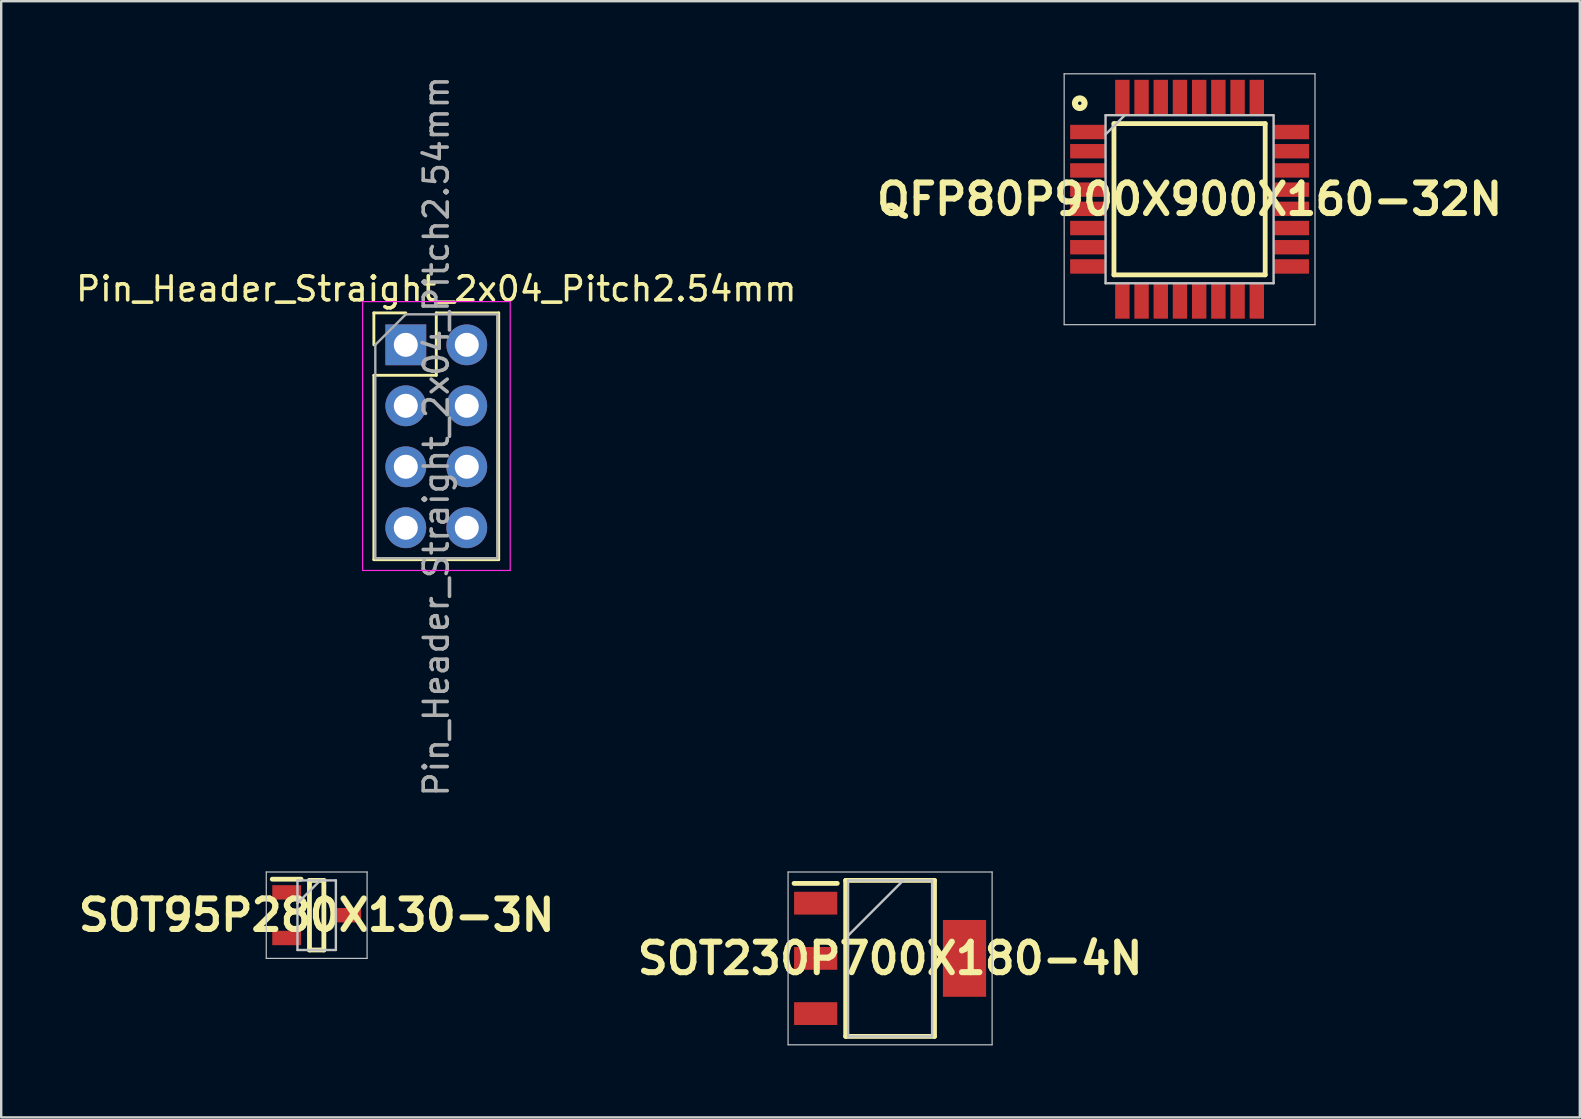
<source format=kicad_pcb>
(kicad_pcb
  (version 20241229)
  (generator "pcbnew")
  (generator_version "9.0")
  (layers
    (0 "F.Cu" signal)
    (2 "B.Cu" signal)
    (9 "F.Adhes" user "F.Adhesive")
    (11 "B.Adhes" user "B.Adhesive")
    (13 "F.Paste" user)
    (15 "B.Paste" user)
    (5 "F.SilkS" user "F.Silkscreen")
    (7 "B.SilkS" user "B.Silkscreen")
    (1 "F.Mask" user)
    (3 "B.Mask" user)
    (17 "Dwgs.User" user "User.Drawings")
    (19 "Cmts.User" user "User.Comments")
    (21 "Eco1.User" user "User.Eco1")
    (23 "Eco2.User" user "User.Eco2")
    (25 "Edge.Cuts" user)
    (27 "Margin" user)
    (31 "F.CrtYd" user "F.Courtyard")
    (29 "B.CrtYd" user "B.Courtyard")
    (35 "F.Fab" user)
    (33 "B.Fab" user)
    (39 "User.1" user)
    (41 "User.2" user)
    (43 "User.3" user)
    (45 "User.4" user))
  (footprint "SOT95P280X130-3N"
    (layer "F.Cu")
    (at 10.142 35.075)
    (property "Reference" "SOT95P280X130-3N" (at 0 0 0) (layer "F.SilkS") (effects (font (size 1.27 1.27) (thickness 0.254))))
    (attr smd)
    (fp_line (start -1.85 -1.5) (end -0.65 -1.5) (stroke (width 0.2) (type solid)) (layer "F.SilkS"))
    (fp_line (start -0.3 -1.45) (end 0.3 -1.45) (stroke (width 0.2) (type solid)) (layer "F.SilkS"))
    (fp_line (start -0.3 1.45) (end -0.3 -1.45) (stroke (width 0.2) (type solid)) (layer "F.SilkS"))
    (fp_line (start 0.3 -1.45) (end 0.3 1.45) (stroke (width 0.2) (type solid)) (layer "F.SilkS"))
    (fp_line (start 0.3 1.45) (end -0.3 1.45) (stroke (width 0.2) (type solid)) (layer "F.SilkS"))
    (fp_line (start -2.1 -1.8) (end 2.1 -1.8) (stroke (width 0.05) (type solid)) (layer "Dwgs.User"))
    (fp_line (start -2.1 1.8) (end -2.1 -1.8) (stroke (width 0.05) (type solid)) (layer "Dwgs.User"))
    (fp_line (start -0.8 -1.45) (end 0.8 -1.45) (stroke (width 0.1) (type solid)) (layer "Dwgs.User"))
    (fp_line (start -0.8 -0.5) (end 0.15 -1.45) (stroke (width 0.1) (type solid)) (layer "Dwgs.User"))
    (fp_line (start -0.8 1.45) (end -0.8 -1.45) (stroke (width 0.1) (type solid)) (layer "Dwgs.User"))
    (fp_line (start 0.8 -1.45) (end 0.8 1.45) (stroke (width 0.1) (type solid)) (layer "Dwgs.User"))
    (fp_line (start 0.8 1.45) (end -0.8 1.45) (stroke (width 0.1) (type solid)) (layer "Dwgs.User"))
    (fp_line (start 2.1 -1.8) (end 2.1 1.8) (stroke (width 0.05) (type solid)) (layer "Dwgs.User"))
    (fp_line (start 2.1 1.8) (end -2.1 1.8) (stroke (width 0.05) (type solid)) (layer "Dwgs.User"))
    (pad "1" smd rect (at -1.25 -0.95 90) (size 0.6 1.2) (layers "F.Cu" "F.Mask" "F.Paste"))
    (pad "2" smd rect (at -1.25 0.95 90) (size 0.6 1.2) (layers "F.Cu" "F.Mask" "F.Paste"))
    (pad "3" smd rect (at 1.25 0 90) (size 0.6 1.2) (layers "F.Cu" "F.Mask" "F.Paste")))
  (footprint "QFP80P900X900X160-32N"
    (layer "F.Cu")
    (at 46.506 5.25)
    (property "Reference" "QFP80P900X900X160-32N" (at 0 0 0) (layer "F.SilkS") (effects (font (size 1.27 1.27) (thickness 0.254))))
    (attr smd)
    (fp_line (start -3.15 -3.15) (end 3.15 -3.15) (stroke (width 0.2) (type solid)) (layer "F.SilkS"))
    (fp_line (start -3.15 3.15) (end -3.15 -3.15) (stroke (width 0.2) (type solid)) (layer "F.SilkS"))
    (fp_line (start 3.15 -3.15) (end 3.15 3.15) (stroke (width 0.2) (type solid)) (layer "F.SilkS"))
    (fp_line (start 3.15 3.15) (end -3.15 3.15) (stroke (width 0.2) (type solid)) (layer "F.SilkS"))
    (fp_circle (center -4.575 -4) (end -4.775 -4) (stroke (width 0.254) (type solid)) (fill no) (layer "F.SilkS"))
    (fp_line (start -5.225 -5.225) (end 5.225 -5.225) (stroke (width 0.05) (type solid)) (layer "Dwgs.User"))
    (fp_line (start -5.225 5.225) (end -5.225 -5.225) (stroke (width 0.05) (type solid)) (layer "Dwgs.User"))
    (fp_line (start -3.5 -3.5) (end 3.5 -3.5) (stroke (width 0.1) (type solid)) (layer "Dwgs.User"))
    (fp_line (start -3.5 -2.7) (end -2.7 -3.5) (stroke (width 0.1) (type solid)) (layer "Dwgs.User"))
    (fp_line (start -3.5 3.5) (end -3.5 -3.5) (stroke (width 0.1) (type solid)) (layer "Dwgs.User"))
    (fp_line (start 3.5 -3.5) (end 3.5 3.5) (stroke (width 0.1) (type solid)) (layer "Dwgs.User"))
    (fp_line (start 3.5 3.5) (end -3.5 3.5) (stroke (width 0.1) (type solid)) (layer "Dwgs.User"))
    (fp_line (start 5.225 -5.225) (end 5.225 5.225) (stroke (width 0.05) (type solid)) (layer "Dwgs.User"))
    (fp_line (start 5.225 5.225) (end -5.225 5.225) (stroke (width 0.05) (type solid)) (layer "Dwgs.User"))
    (pad "1" smd rect (at -4.238 -2.8 90) (size 0.6 1.475) (layers "F.Cu" "F.Mask" "F.Paste"))
    (pad "2" smd rect (at -4.238 -2 90) (size 0.6 1.475) (layers "F.Cu" "F.Mask" "F.Paste"))
    (pad "3" smd rect (at -4.238 -1.2 90) (size 0.6 1.475) (layers "F.Cu" "F.Mask" "F.Paste"))
    (pad "4" smd rect (at -4.238 -0.4 90) (size 0.6 1.475) (layers "F.Cu" "F.Mask" "F.Paste"))
    (pad "5" smd rect (at -4.238 0.4 90) (size 0.6 1.475) (layers "F.Cu" "F.Mask" "F.Paste"))
    (pad "6" smd rect (at -4.238 1.2 90) (size 0.6 1.475) (layers "F.Cu" "F.Mask" "F.Paste"))
    (pad "7" smd rect (at -4.238 2 90) (size 0.6 1.475) (layers "F.Cu" "F.Mask" "F.Paste"))
    (pad "8" smd rect (at -4.238 2.8 90) (size 0.6 1.475) (layers "F.Cu" "F.Mask" "F.Paste"))
    (pad "9" smd rect (at -2.8 4.238) (size 0.6 1.475) (layers "F.Cu" "F.Mask" "F.Paste"))
    (pad "10" smd rect (at -2 4.238) (size 0.6 1.475) (layers "F.Cu" "F.Mask" "F.Paste"))
    (pad "11" smd rect (at -1.2 4.238) (size 0.6 1.475) (layers "F.Cu" "F.Mask" "F.Paste"))
    (pad "12" smd rect (at -0.4 4.238) (size 0.6 1.475) (layers "F.Cu" "F.Mask" "F.Paste"))
    (pad "13" smd rect (at 0.4 4.238) (size 0.6 1.475) (layers "F.Cu" "F.Mask" "F.Paste"))
    (pad "14" smd rect (at 1.2 4.238) (size 0.6 1.475) (layers "F.Cu" "F.Mask" "F.Paste"))
    (pad "15" smd rect (at 2 4.238) (size 0.6 1.475) (layers "F.Cu" "F.Mask" "F.Paste"))
    (pad "16" smd rect (at 2.8 4.238) (size 0.6 1.475) (layers "F.Cu" "F.Mask" "F.Paste"))
    (pad "17" smd rect (at 4.238 2.8 90) (size 0.6 1.475) (layers "F.Cu" "F.Mask" "F.Paste"))
    (pad "18" smd rect (at 4.238 2 90) (size 0.6 1.475) (layers "F.Cu" "F.Mask" "F.Paste"))
    (pad "19" smd rect (at 4.238 1.2 90) (size 0.6 1.475) (layers "F.Cu" "F.Mask" "F.Paste"))
    (pad "20" smd rect (at 4.238 0.4 90) (size 0.6 1.475) (layers "F.Cu" "F.Mask" "F.Paste"))
    (pad "21" smd rect (at 4.238 -0.4 90) (size 0.6 1.475) (layers "F.Cu" "F.Mask" "F.Paste"))
    (pad "22" smd rect (at 4.238 -1.2 90) (size 0.6 1.475) (layers "F.Cu" "F.Mask" "F.Paste"))
    (pad "23" smd rect (at 4.238 -2 90) (size 0.6 1.475) (layers "F.Cu" "F.Mask" "F.Paste"))
    (pad "24" smd rect (at 4.238 -2.8 90) (size 0.6 1.475) (layers "F.Cu" "F.Mask" "F.Paste"))
    (pad "25" smd rect (at 2.8 -4.238) (size 0.6 1.475) (layers "F.Cu" "F.Mask" "F.Paste"))
    (pad "26" smd rect (at 2 -4.238) (size 0.6 1.475) (layers "F.Cu" "F.Mask" "F.Paste"))
    (pad "27" smd rect (at 1.2 -4.238) (size 0.6 1.475) (layers "F.Cu" "F.Mask" "F.Paste"))
    (pad "28" smd rect (at 0.4 -4.238) (size 0.6 1.475) (layers "F.Cu" "F.Mask" "F.Paste"))
    (pad "29" smd rect (at -0.4 -4.238) (size 0.6 1.475) (layers "F.Cu" "F.Mask" "F.Paste"))
    (pad "30" smd rect (at -1.2 -4.238) (size 0.6 1.475) (layers "F.Cu" "F.Mask" "F.Paste"))
    (pad "31" smd rect (at -2 -4.238) (size 0.6 1.475) (layers "F.Cu" "F.Mask" "F.Paste"))
    (pad "32" smd rect (at -2.8 -4.238) (size 0.6 1.475) (layers "F.Cu" "F.Mask" "F.Paste")))
  (footprint "SOT230P700X180-4N"
    (layer "F.Cu")
    (at 34.03 36.875)
    (property "Reference" "SOT230P700X180-4N" (at 0 0 0) (layer "F.SilkS") (effects (font (size 1.27 1.27) (thickness 0.254))))
    (attr smd)
    (fp_line (start -4 -3.125) (end -2.2 -3.125) (stroke (width 0.2) (type solid)) (layer "F.SilkS"))
    (fp_line (start -1.85 -3.25) (end 1.85 -3.25) (stroke (width 0.2) (type solid)) (layer "F.SilkS"))
    (fp_line (start -1.85 3.25) (end -1.85 -3.25) (stroke (width 0.2) (type solid)) (layer "F.SilkS"))
    (fp_line (start 1.85 -3.25) (end 1.85 3.25) (stroke (width 0.2) (type solid)) (layer "F.SilkS"))
    (fp_line (start 1.85 3.25) (end -1.85 3.25) (stroke (width 0.2) (type solid)) (layer "F.SilkS"))
    (fp_line (start -4.25 -3.6) (end 4.25 -3.6) (stroke (width 0.05) (type solid)) (layer "Dwgs.User"))
    (fp_line (start -4.25 3.6) (end -4.25 -3.6) (stroke (width 0.05) (type solid)) (layer "Dwgs.User"))
    (fp_line (start -1.75 -3.25) (end 1.75 -3.25) (stroke (width 0.1) (type solid)) (layer "Dwgs.User"))
    (fp_line (start -1.75 -0.95) (end 0.55 -3.25) (stroke (width 0.1) (type solid)) (layer "Dwgs.User"))
    (fp_line (start -1.75 3.25) (end -1.75 -3.25) (stroke (width 0.1) (type solid)) (layer "Dwgs.User"))
    (fp_line (start 1.75 -3.25) (end 1.75 3.25) (stroke (width 0.1) (type solid)) (layer "Dwgs.User"))
    (fp_line (start 1.75 3.25) (end -1.75 3.25) (stroke (width 0.1) (type solid)) (layer "Dwgs.User"))
    (fp_line (start 4.25 -3.6) (end 4.25 3.6) (stroke (width 0.05) (type solid)) (layer "Dwgs.User"))
    (fp_line (start 4.25 3.6) (end -4.25 3.6) (stroke (width 0.05) (type solid)) (layer "Dwgs.User"))
    (pad "1" smd rect (at -3.1 -2.3 90) (size 0.95 1.8) (layers "F.Cu" "F.Mask" "F.Paste"))
    (pad "2" smd rect (at -3.1 0 90) (size 0.95 1.8) (layers "F.Cu" "F.Mask" "F.Paste"))
    (pad "3" smd rect (at -3.1 2.3 90) (size 0.95 1.8) (layers "F.Cu" "F.Mask" "F.Paste"))
    (pad "4" smd rect (at 3.1 0) (size 1.8 3.2) (layers "F.Cu" "F.Mask" "F.Paste")))
  (footprint "Pin_Header_Straight_2x04_Pitch2.54mm"
    (layer "F.Cu")
    (at 13.855 11.315)
    (property "Reference" "Pin_Header_Straight_2x04_Pitch2.54mm" (at 1.27 -2.33 0) (layer "F.SilkS") (effects (font (size 1 1) (thickness 0.15))))
    (attr through_hole)
    (fp_line (start -1.33 -1.33) (end 0 -1.33) (stroke (width 0.12) (type solid)) (layer "F.SilkS"))
    (fp_line (start -1.33 0) (end -1.33 -1.33) (stroke (width 0.12) (type solid)) (layer "F.SilkS"))
    (fp_line (start -1.33 1.27) (end -1.33 8.95) (stroke (width 0.12) (type solid)) (layer "F.SilkS"))
    (fp_line (start -1.33 1.27) (end 1.27 1.27) (stroke (width 0.12) (type solid)) (layer "F.SilkS"))
    (fp_line (start -1.33 8.95) (end 3.87 8.95) (stroke (width 0.12) (type solid)) (layer "F.SilkS"))
    (fp_line (start 1.27 -1.33) (end 3.87 -1.33) (stroke (width 0.12) (type solid)) (layer "F.SilkS"))
    (fp_line (start 1.27 1.27) (end 1.27 -1.33) (stroke (width 0.12) (type solid)) (layer "F.SilkS"))
    (fp_line (start 3.87 -1.33) (end 3.87 8.95) (stroke (width 0.12) (type solid)) (layer "F.SilkS"))
    (fp_line (start -1.8 -1.8) (end -1.8 9.4) (stroke (width 0.05) (type solid)) (layer "F.CrtYd"))
    (fp_line (start -1.8 9.4) (end 4.35 9.4) (stroke (width 0.05) (type solid)) (layer "F.CrtYd"))
    (fp_line (start 4.35 -1.8) (end -1.8 -1.8) (stroke (width 0.05) (type solid)) (layer "F.CrtYd"))
    (fp_line (start 4.35 9.4) (end 4.35 -1.8) (stroke (width 0.05) (type solid)) (layer "F.CrtYd"))
    (fp_line (start -1.27 0) (end 0 -1.27) (stroke (width 0.1) (type solid)) (layer "F.Fab"))
    (fp_line (start -1.27 8.89) (end -1.27 0) (stroke (width 0.1) (type solid)) (layer "F.Fab"))
    (fp_line (start 0 -1.27) (end 3.81 -1.27) (stroke (width 0.1) (type solid)) (layer "F.Fab"))
    (fp_line (start 3.81 -1.27) (end 3.81 8.89) (stroke (width 0.1) (type solid)) (layer "F.Fab"))
    (fp_line (start 3.81 8.89) (end -1.27 8.89) (stroke (width 0.1) (type solid)) (layer "F.Fab"))
    (fp_text user "${REFERENCE}" (at 1.27 3.81 90) (layer "F.Fab") (effects (font (size 1 1) (thickness 0.15))))
    (pad "1" thru_hole rect (at 0 0) (size 1.7 1.7) (drill 1) (layers "*.Cu" "*.Mask"))
    (pad "2" thru_hole oval (at 2.54 0) (size 1.7 1.7) (drill 1) (layers "*.Cu" "*.Mask"))
    (pad "3" thru_hole oval (at 0 2.54) (size 1.7 1.7) (drill 1) (layers "*.Cu" "*.Mask"))
    (pad "4" thru_hole oval (at 2.54 2.54) (size 1.7 1.7) (drill 1) (layers "*.Cu" "*.Mask"))
    (pad "5" thru_hole oval (at 0 5.08) (size 1.7 1.7) (drill 1) (layers "*.Cu" "*.Mask"))
    (pad "6" thru_hole oval (at 2.54 5.08) (size 1.7 1.7) (drill 1) (layers "*.Cu" "*.Mask"))
    (pad "7" thru_hole oval (at 0 7.62) (size 1.7 1.7) (drill 1) (layers "*.Cu" "*.Mask"))
    (pad "8" thru_hole oval (at 2.54 7.62) (size 1.7 1.7) (drill 1) (layers "*.Cu" "*.Mask")))
  (gr_rect
    (start -3 -3)
    (end 62.763 43.5)
    (stroke (width 0.1) (type default))
    (fill no)
    (layer "Edge.Cuts")))
</source>
